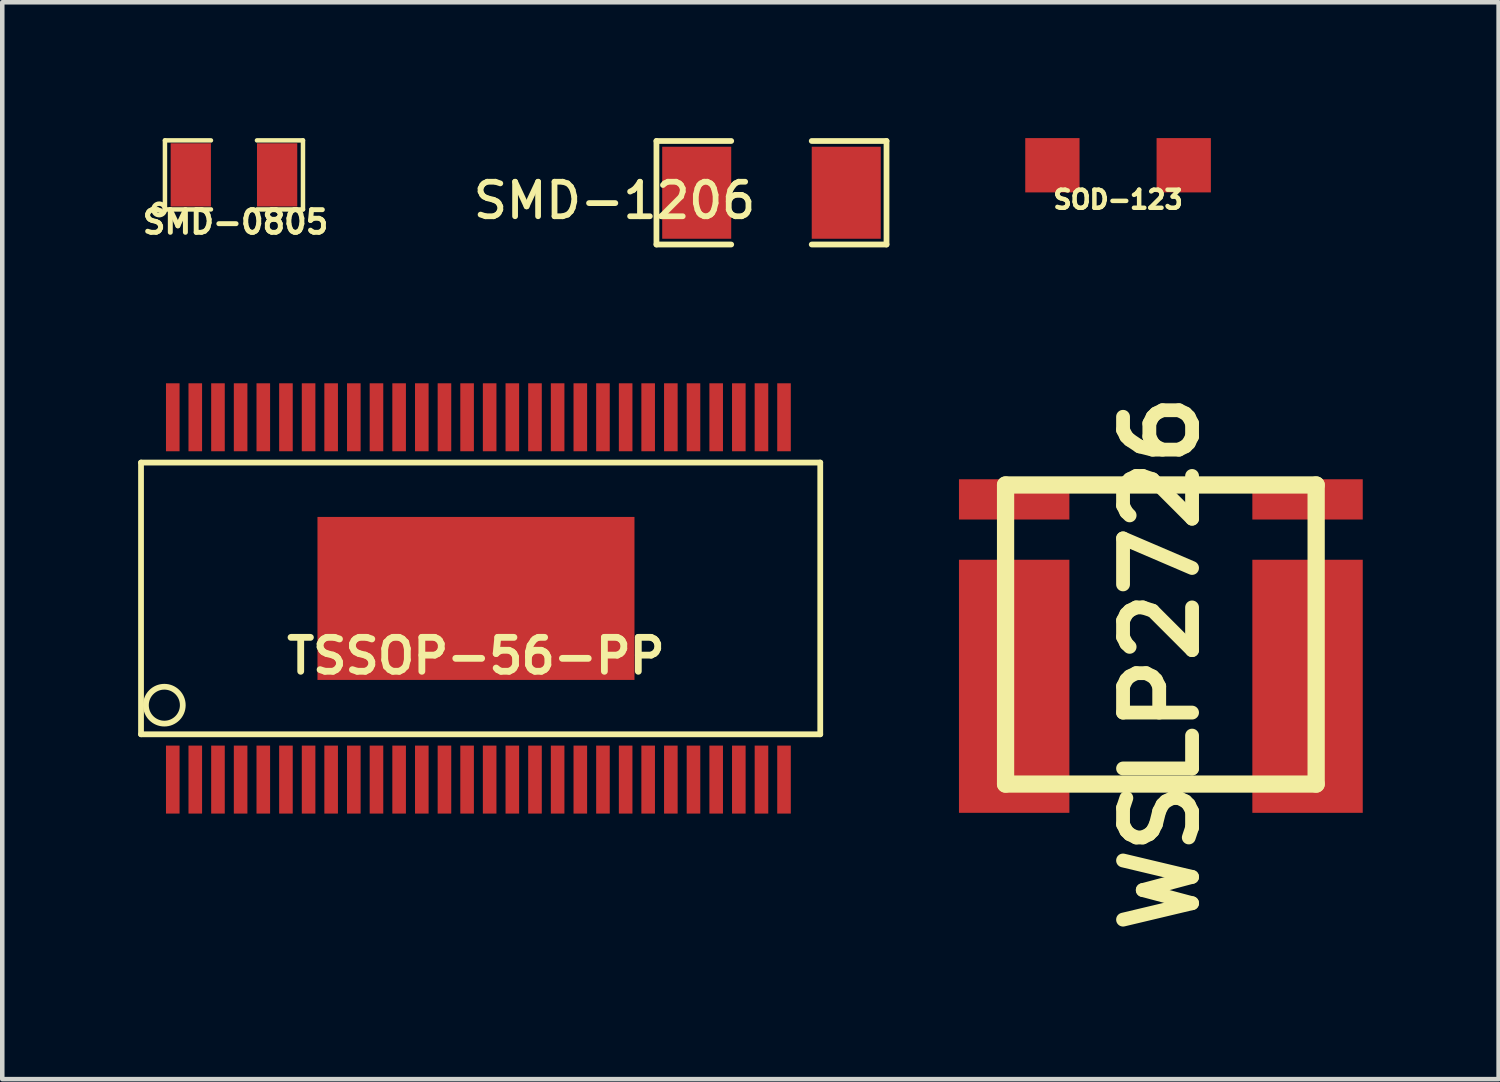
<source format=kicad_pcb>
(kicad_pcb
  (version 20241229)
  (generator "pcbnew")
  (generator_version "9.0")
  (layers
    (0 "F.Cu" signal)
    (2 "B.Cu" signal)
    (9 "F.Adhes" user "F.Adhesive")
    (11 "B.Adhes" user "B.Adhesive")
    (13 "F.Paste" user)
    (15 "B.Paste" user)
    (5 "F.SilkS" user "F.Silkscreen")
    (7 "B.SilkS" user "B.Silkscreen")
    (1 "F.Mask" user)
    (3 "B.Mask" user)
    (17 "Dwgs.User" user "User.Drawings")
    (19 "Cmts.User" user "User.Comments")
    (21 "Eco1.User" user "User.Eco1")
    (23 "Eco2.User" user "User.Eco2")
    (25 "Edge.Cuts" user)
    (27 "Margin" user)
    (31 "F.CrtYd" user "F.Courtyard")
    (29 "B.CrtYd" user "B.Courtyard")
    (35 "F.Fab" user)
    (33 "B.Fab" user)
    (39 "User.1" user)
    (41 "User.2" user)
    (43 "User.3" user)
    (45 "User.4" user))
  (footprint "TSSOP-56-PP"
    (layer "F.Cu")
    (at 7.46 10.164)
    (property "Reference" "TSSOP-56-PP" (at 0 1.27 0) (layer "F.SilkS") (effects (font (size 0.749 0.749) (thickness 0.15))))
    (attr through_hole)
    (fp_line (start -7.396 3) (end -7.396 -3) (stroke (width 0.127) (type solid)) (layer "F.SilkS"))
    (fp_line (start -7.396 3) (end 7.602 3) (stroke (width 0.127) (type solid)) (layer "F.SilkS"))
    (fp_line (start 7.602 -3) (end -7.396 -3) (stroke (width 0.127) (type solid)) (layer "F.SilkS"))
    (fp_line (start 7.602 -3) (end 7.602 3) (stroke (width 0.127) (type solid)) (layer "F.SilkS"))
    (fp_circle (center -6.881 2.357) (end -7.135 2.675) (stroke (width 0.127) (type solid)) (fill no) (layer "F.SilkS"))
    (pad "1" smd rect (at -6.695 4) (size 0.3 1.501) (layers "F.Cu" "F.Mask" "F.Paste"))
    (pad "2" smd rect (at -6.198 4) (size 0.3 1.501) (layers "F.Cu" "F.Mask" "F.Paste"))
    (pad "3" smd rect (at -5.697 4) (size 0.3 1.501) (layers "F.Cu" "F.Mask" "F.Paste"))
    (pad "4" smd rect (at -5.197 4) (size 0.3 1.501) (layers "F.Cu" "F.Mask" "F.Paste"))
    (pad "5" smd rect (at -4.696 4) (size 0.3 1.501) (layers "F.Cu" "F.Mask" "F.Paste"))
    (pad "6" smd rect (at -4.196 4) (size 0.3 1.501) (layers "F.Cu" "F.Mask" "F.Paste"))
    (pad "7" smd rect (at -3.696 4) (size 0.3 1.501) (layers "F.Cu" "F.Mask" "F.Paste"))
    (pad "8" smd rect (at -3.198 4) (size 0.3 1.501) (layers "F.Cu" "F.Mask" "F.Paste"))
    (pad "9" smd rect (at -2.697 4) (size 0.3 1.501) (layers "F.Cu" "F.Mask" "F.Paste"))
    (pad "10" smd rect (at -2.197 4) (size 0.3 1.501) (layers "F.Cu" "F.Mask" "F.Paste"))
    (pad "11" smd rect (at -1.697 4) (size 0.3 1.501) (layers "F.Cu" "F.Mask" "F.Paste"))
    (pad "12" smd rect (at -1.196 4) (size 0.3 1.501) (layers "F.Cu" "F.Mask" "F.Paste"))
    (pad "13" smd rect (at -0.696 4) (size 0.3 1.501) (layers "F.Cu" "F.Mask" "F.Paste"))
    (pad "14" smd rect (at -0.196 4) (size 0.3 1.501) (layers "F.Cu" "F.Mask" "F.Paste"))
    (pad "15" smd rect (at 0.302 4) (size 0.3 1.501) (layers "F.Cu" "F.Mask" "F.Paste"))
    (pad "16" smd rect (at 0.803 4) (size 0.3 1.501) (layers "F.Cu" "F.Mask" "F.Paste"))
    (pad "17" smd rect (at 1.303 4) (size 0.3 1.501) (layers "F.Cu" "F.Mask" "F.Paste"))
    (pad "18" smd rect (at 1.803 4) (size 0.3 1.501) (layers "F.Cu" "F.Mask" "F.Paste"))
    (pad "19" smd rect (at 2.304 4) (size 0.3 1.501) (layers "F.Cu" "F.Mask" "F.Paste"))
    (pad "20" smd rect (at 2.804 4) (size 0.3 1.501) (layers "F.Cu" "F.Mask" "F.Paste"))
    (pad "21" smd rect (at 3.305 4) (size 0.3 1.501) (layers "F.Cu" "F.Mask" "F.Paste"))
    (pad "22" smd rect (at 3.802 4) (size 0.3 1.501) (layers "F.Cu" "F.Mask" "F.Paste"))
    (pad "23" smd rect (at 4.303 4) (size 0.3 1.501) (layers "F.Cu" "F.Mask" "F.Paste"))
    (pad "24" smd rect (at 4.803 4) (size 0.3 1.501) (layers "F.Cu" "F.Mask" "F.Paste"))
    (pad "25" smd rect (at 5.304 4) (size 0.3 1.501) (layers "F.Cu" "F.Mask" "F.Paste"))
    (pad "26" smd rect (at 5.804 4) (size 0.3 1.501) (layers "F.Cu" "F.Mask" "F.Paste"))
    (pad "27" smd rect (at 6.304 4) (size 0.3 1.501) (layers "F.Cu" "F.Mask" "F.Paste"))
    (pad "28" smd rect (at 6.802 4) (size 0.3 1.501) (layers "F.Cu" "F.Mask" "F.Paste"))
    (pad "29" smd rect (at 6.802 -4) (size 0.3 1.501) (layers "F.Cu" "F.Mask" "F.Paste"))
    (pad "30" smd rect (at 6.304 -4) (size 0.3 1.501) (layers "F.Cu" "F.Mask" "F.Paste"))
    (pad "31" smd rect (at 5.804 -4) (size 0.3 1.501) (layers "F.Cu" "F.Mask" "F.Paste"))
    (pad "32" smd rect (at 5.304 -4) (size 0.3 1.501) (layers "F.Cu" "F.Mask" "F.Paste"))
    (pad "33" smd rect (at 4.803 -4) (size 0.3 1.501) (layers "F.Cu" "F.Mask" "F.Paste"))
    (pad "34" smd rect (at 4.303 -4) (size 0.3 1.501) (layers "F.Cu" "F.Mask" "F.Paste"))
    (pad "35" smd rect (at 3.802 -4) (size 0.3 1.501) (layers "F.Cu" "F.Mask" "F.Paste"))
    (pad "36" smd rect (at 3.305 -4) (size 0.3 1.501) (layers "F.Cu" "F.Mask" "F.Paste"))
    (pad "37" smd rect (at 2.804 -4) (size 0.3 1.501) (layers "F.Cu" "F.Mask" "F.Paste"))
    (pad "38" smd rect (at 2.304 -4) (size 0.3 1.501) (layers "F.Cu" "F.Mask" "F.Paste"))
    (pad "39" smd rect (at 1.803 -4) (size 0.3 1.501) (layers "F.Cu" "F.Mask" "F.Paste"))
    (pad "40" smd rect (at 1.303 -4) (size 0.3 1.501) (layers "F.Cu" "F.Mask" "F.Paste"))
    (pad "41" smd rect (at 0.803 -4) (size 0.3 1.501) (layers "F.Cu" "F.Mask" "F.Paste"))
    (pad "42" smd rect (at 0.302 -4) (size 0.3 1.501) (layers "F.Cu" "F.Mask" "F.Paste"))
    (pad "43" smd rect (at -0.196 -4) (size 0.3 1.501) (layers "F.Cu" "F.Mask" "F.Paste"))
    (pad "44" smd rect (at -0.696 -4) (size 0.3 1.501) (layers "F.Cu" "F.Mask" "F.Paste"))
    (pad "45" smd rect (at -1.196 -4) (size 0.3 1.501) (layers "F.Cu" "F.Mask" "F.Paste"))
    (pad "46" smd rect (at -1.697 -4) (size 0.3 1.501) (layers "F.Cu" "F.Mask" "F.Paste"))
    (pad "47" smd rect (at -2.197 -4) (size 0.3 1.501) (layers "F.Cu" "F.Mask" "F.Paste"))
    (pad "48" smd rect (at -2.697 -4) (size 0.3 1.501) (layers "F.Cu" "F.Mask" "F.Paste"))
    (pad "49" smd rect (at -3.198 -4) (size 0.3 1.501) (layers "F.Cu" "F.Mask" "F.Paste"))
    (pad "50" smd rect (at -3.696 -4) (size 0.3 1.501) (layers "F.Cu" "F.Mask" "F.Paste"))
    (pad "51" smd rect (at -4.196 -4) (size 0.3 1.501) (layers "F.Cu" "F.Mask" "F.Paste"))
    (pad "52" smd rect (at -4.696 -4) (size 0.3 1.501) (layers "F.Cu" "F.Mask" "F.Paste"))
    (pad "53" smd rect (at -5.197 -4) (size 0.3 1.501) (layers "F.Cu" "F.Mask" "F.Paste"))
    (pad "54" smd rect (at -5.697 -4) (size 0.3 1.501) (layers "F.Cu" "F.Mask" "F.Paste"))
    (pad "55" smd rect (at -6.198 -4) (size 0.3 1.501) (layers "F.Cu" "F.Mask" "F.Paste"))
    (pad "56" smd rect (at -6.695 -4) (size 0.3 1.501) (layers "F.Cu" "F.Mask" "F.Paste"))
    (pad "57" smd rect (at 0 0) (size 7 3.599) (layers "F.Cu" "F.Mask" "F.Paste")))
  (footprint "SMD-1206"
    (layer "F.Cu")
    (at 13.985 1.206)
    (property "Reference" "SMD-1206" (at -3.466 0.173 0) (layer "F.SilkS") (effects (font (size 0.762 0.762) (thickness 0.127))))
    (attr smd)
    (fp_line (start -2.54 -1.143) (end -2.54 1.143) (stroke (width 0.127) (type solid)) (layer "F.SilkS"))
    (fp_line (start -2.54 1.143) (end -0.889 1.143) (stroke (width 0.127) (type solid)) (layer "F.SilkS"))
    (fp_line (start -0.889 -1.143) (end -2.54 -1.143) (stroke (width 0.127) (type solid)) (layer "F.SilkS"))
    (fp_line (start 0.889 -1.143) (end 2.54 -1.143) (stroke (width 0.127) (type solid)) (layer "F.SilkS"))
    (fp_line (start 2.54 -1.143) (end 2.54 1.143) (stroke (width 0.127) (type solid)) (layer "F.SilkS"))
    (fp_line (start 2.54 1.143) (end 0.889 1.143) (stroke (width 0.127) (type solid)) (layer "F.SilkS"))
    (pad "1" smd rect (at -1.651 0) (size 1.524 2.032) (layers "F.Cu" "F.Mask" "F.Paste"))
    (pad "2" smd rect (at 1.651 0) (size 1.524 2.032) (layers "F.Cu" "F.Mask" "F.Paste")))
  (footprint "SOD-123"
    (layer "F.Cu")
    (at 21.638 0.599)
    (property "Reference" "SOD-123" (at 0 0.759 0) (layer "F.SilkS") (effects (font (size 0.399 0.399) (thickness 0.099))))
    (attr through_hole)
    (pad "1" smd rect (at -1.45 0) (size 1.199 1.199) (layers "F.Cu" "F.Mask" "F.Paste"))
    (pad "2" smd rect (at 1.45 0) (size 1.199 1.199) (layers "F.Cu" "F.Mask" "F.Paste")))
  (footprint "WSLP2726"
    (layer "F.Cu")
    (at 22.583 9.056)
    (property "Reference" "WSLP2726" (at 0 2.54 90) (layer "F.SilkS") (effects (font (size 1.524 1.524) (thickness 0.305))))
    (attr through_hole)
    (fp_line (start -3.429 -1.397) (end -3.429 5.207) (stroke (width 0.381) (type solid)) (layer "F.SilkS"))
    (fp_line (start -3.429 5.207) (end 3.429 5.207) (stroke (width 0.381) (type solid)) (layer "F.SilkS"))
    (fp_line (start 3.429 -1.397) (end -3.429 -1.397) (stroke (width 0.381) (type solid)) (layer "F.SilkS"))
    (fp_line (start 3.429 5.207) (end 3.429 -1.397) (stroke (width 0.381) (type solid)) (layer "F.SilkS"))
    (pad "1" smd rect (at -3.239 3.048) (size 2.438 5.588) (layers "F.Cu" "F.Mask" "F.Paste"))
    (pad "2" smd rect (at 3.239 3.048) (size 2.438 5.588) (layers "F.Cu" "F.Mask" "F.Paste"))
    (pad "3" smd rect (at -3.239 -1.079) (size 2.438 0.889) (layers "F.Cu" "F.Mask" "F.Paste"))
    (pad "4" smd rect (at 3.239 -1.079) (size 2.438 0.889) (layers "F.Cu" "F.Mask" "F.Paste")))
  (footprint "SMD-0805"
    (layer "F.Cu")
    (at 2.116 0.812)
    (property "Reference" "SMD-0805" (at 0.035 1.042 0) (layer "F.SilkS") (effects (font (size 0.5 0.5) (thickness 0.109))))
    (attr smd)
    (fp_line (start -1.524 -0.762) (end -0.508 -0.762) (stroke (width 0.099) (type solid)) (layer "F.SilkS"))
    (fp_line (start -1.524 0.762) (end -1.524 -0.762) (stroke (width 0.099) (type solid)) (layer "F.SilkS"))
    (fp_line (start -0.508 0.762) (end -1.524 0.762) (stroke (width 0.099) (type solid)) (layer "F.SilkS"))
    (fp_line (start 0.508 -0.762) (end 1.524 -0.762) (stroke (width 0.099) (type solid)) (layer "F.SilkS"))
    (fp_line (start 1.524 -0.762) (end 1.524 0.762) (stroke (width 0.099) (type solid)) (layer "F.SilkS"))
    (fp_line (start 1.524 0.762) (end 0.508 0.762) (stroke (width 0.099) (type solid)) (layer "F.SilkS"))
    (fp_circle (center -1.651 0.762) (end -1.651 0.635) (stroke (width 0.099) (type solid)) (fill no) (layer "F.SilkS"))
    (pad "1" smd rect (at -0.953 0) (size 0.889 1.397) (layers "F.Cu" "F.Mask" "F.Paste"))
    (pad "2" smd rect (at 0.953 0) (size 0.889 1.397) (layers "F.Cu" "F.Mask" "F.Paste")))
  (gr_rect
    (start -3 -3)
    (end 30.041 20.779)
    (stroke (width 0.1) (type default))
    (fill no)
    (layer "Edge.Cuts")))
</source>
